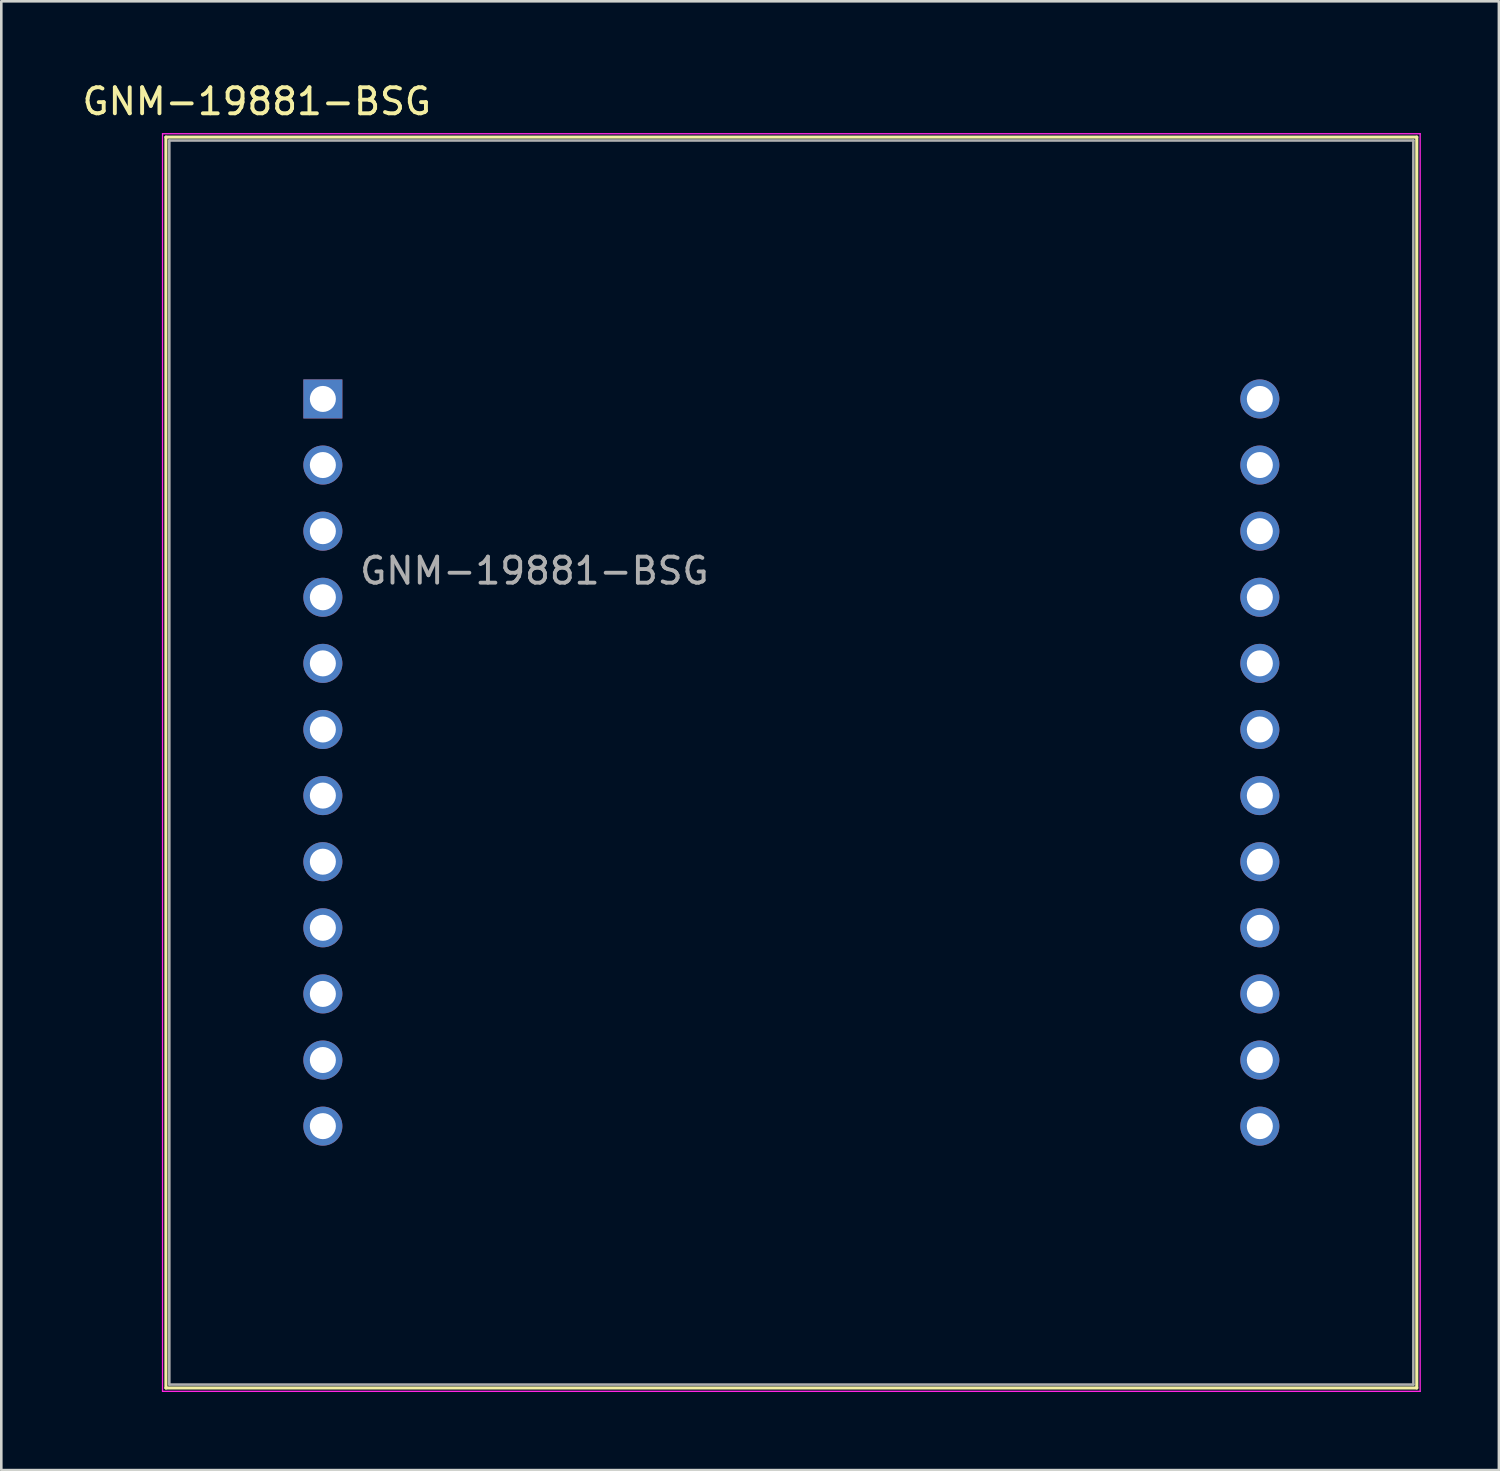
<source format=kicad_pcb>
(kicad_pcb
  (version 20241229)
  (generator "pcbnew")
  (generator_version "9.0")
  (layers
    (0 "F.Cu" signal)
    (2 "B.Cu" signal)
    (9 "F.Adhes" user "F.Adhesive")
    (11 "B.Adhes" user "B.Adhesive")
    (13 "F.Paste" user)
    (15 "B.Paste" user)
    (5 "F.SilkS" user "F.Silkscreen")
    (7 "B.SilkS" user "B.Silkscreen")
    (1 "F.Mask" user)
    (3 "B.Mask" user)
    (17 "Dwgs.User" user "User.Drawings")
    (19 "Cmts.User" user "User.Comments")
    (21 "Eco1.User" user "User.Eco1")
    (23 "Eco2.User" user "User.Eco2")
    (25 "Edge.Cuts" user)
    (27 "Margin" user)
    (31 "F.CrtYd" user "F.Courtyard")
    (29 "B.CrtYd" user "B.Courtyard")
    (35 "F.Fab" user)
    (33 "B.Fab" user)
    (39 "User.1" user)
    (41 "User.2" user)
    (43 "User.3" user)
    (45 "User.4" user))
  (footprint "GNM-19881-BSG"
    (layer "F.Cu")
    (at 9.355 12.278)
    (property "Reference" "GNM-19881-BSG" (at -2.54 -11.43 0) (layer "F.SilkS") (effects (font (size 1 1) (thickness 0.15))))
    (attr through_hole)
    (fp_line (start -6.03 -10.06) (end -6.03 38) (stroke (width 0.12) (type solid)) (layer "F.SilkS"))
    (fp_line (start -6.03 -10.06) (end 42.03 -10.06) (stroke (width 0.12) (type solid)) (layer "F.SilkS"))
    (fp_line (start -6.03 38) (end 42.03 38) (stroke (width 0.12) (type solid)) (layer "F.SilkS"))
    (fp_line (start 42.03 -10.06) (end 42.03 38) (stroke (width 0.12) (type solid)) (layer "F.SilkS"))
    (fp_line (start -6.16 -10.19) (end -6.16 38.13) (stroke (width 0.05) (type solid)) (layer "F.CrtYd"))
    (fp_line (start -6.16 -10.19) (end 42.16 -10.19) (stroke (width 0.05) (type solid)) (layer "F.CrtYd"))
    (fp_line (start 42.16 -10.19) (end 42.16 38.13) (stroke (width 0.05) (type solid)) (layer "F.CrtYd"))
    (fp_line (start 42.16 38.13) (end -6.16 38.13) (stroke (width 0.05) (type solid)) (layer "F.CrtYd"))
    (fp_line (start -5.9 -9.93) (end -5.9 37.87) (stroke (width 0.1) (type solid)) (layer "F.Fab"))
    (fp_line (start -5.9 -9.93) (end 41.9 -9.93) (stroke (width 0.1) (type solid)) (layer "F.Fab"))
    (fp_line (start -5.9 37.87) (end 41.9 37.87) (stroke (width 0.1) (type solid)) (layer "F.Fab"))
    (fp_line (start 41.9 -9.93) (end 41.9 37.87) (stroke (width 0.1) (type solid)) (layer "F.Fab"))
    (fp_text user "${REFERENCE}" (at 8.128 6.604 0) (layer "F.Fab") (effects (font (size 1 1) (thickness 0.15))))
    (pad "1" thru_hole rect (at 0 0) (size 1.5 1.5) (drill 1) (layers "*.Cu" "*.Mask"))
    (pad "2" thru_hole circle (at 0 2.54) (size 1.5 1.5) (drill 1) (layers "*.Cu" "*.Mask"))
    (pad "3" thru_hole circle (at 0 5.08) (size 1.5 1.5) (drill 1) (layers "*.Cu" "*.Mask"))
    (pad "4" thru_hole circle (at 0 7.62) (size 1.5 1.5) (drill 1) (layers "*.Cu" "*.Mask"))
    (pad "5" thru_hole circle (at 0 10.16) (size 1.5 1.5) (drill 1) (layers "*.Cu" "*.Mask"))
    (pad "6" thru_hole circle (at 0 12.7) (size 1.5 1.5) (drill 1) (layers "*.Cu" "*.Mask"))
    (pad "7" thru_hole circle (at 0 15.24) (size 1.5 1.5) (drill 1) (layers "*.Cu" "*.Mask"))
    (pad "8" thru_hole circle (at 0 17.78) (size 1.5 1.5) (drill 1) (layers "*.Cu" "*.Mask"))
    (pad "9" thru_hole circle (at 0 20.32) (size 1.5 1.5) (drill 1) (layers "*.Cu" "*.Mask"))
    (pad "10" thru_hole circle (at 0 22.86) (size 1.5 1.5) (drill 1) (layers "*.Cu" "*.Mask"))
    (pad "11" thru_hole circle (at 0 25.4) (size 1.5 1.5) (drill 1) (layers "*.Cu" "*.Mask"))
    (pad "12" thru_hole circle (at 0 27.94) (size 1.5 1.5) (drill 1) (layers "*.Cu" "*.Mask"))
    (pad "13" thru_hole circle (at 36 27.94) (size 1.5 1.5) (drill 1) (layers "*.Cu" "*.Mask"))
    (pad "14" thru_hole circle (at 36 25.4) (size 1.5 1.5) (drill 1) (layers "*.Cu" "*.Mask"))
    (pad "15" thru_hole circle (at 36 22.86) (size 1.5 1.5) (drill 1) (layers "*.Cu" "*.Mask"))
    (pad "16" thru_hole circle (at 36 20.32) (size 1.5 1.5) (drill 1) (layers "*.Cu" "*.Mask"))
    (pad "17" thru_hole circle (at 36 17.78) (size 1.5 1.5) (drill 1) (layers "*.Cu" "*.Mask"))
    (pad "18" thru_hole circle (at 36 15.24) (size 1.5 1.5) (drill 1) (layers "*.Cu" "*.Mask"))
    (pad "19" thru_hole circle (at 36 12.7) (size 1.5 1.5) (drill 1) (layers "*.Cu" "*.Mask"))
    (pad "20" thru_hole circle (at 36 10.16) (size 1.5 1.5) (drill 1) (layers "*.Cu" "*.Mask"))
    (pad "21" thru_hole circle (at 36 7.62) (size 1.5 1.5) (drill 1) (layers "*.Cu" "*.Mask"))
    (pad "22" thru_hole circle (at 36 5.08) (size 1.5 1.5) (drill 1) (layers "*.Cu" "*.Mask"))
    (pad "23" thru_hole circle (at 36 2.54) (size 1.5 1.5) (drill 1) (layers "*.Cu" "*.Mask"))
    (pad "24" thru_hole circle (at 36 0) (size 1.5 1.5) (drill 1) (layers "*.Cu" "*.Mask")))
  (gr_rect
    (start -3 -3)
    (end 54.54 53.433)
    (stroke (width 0.1) (type default))
    (fill no)
    (layer "Edge.Cuts")))
</source>
